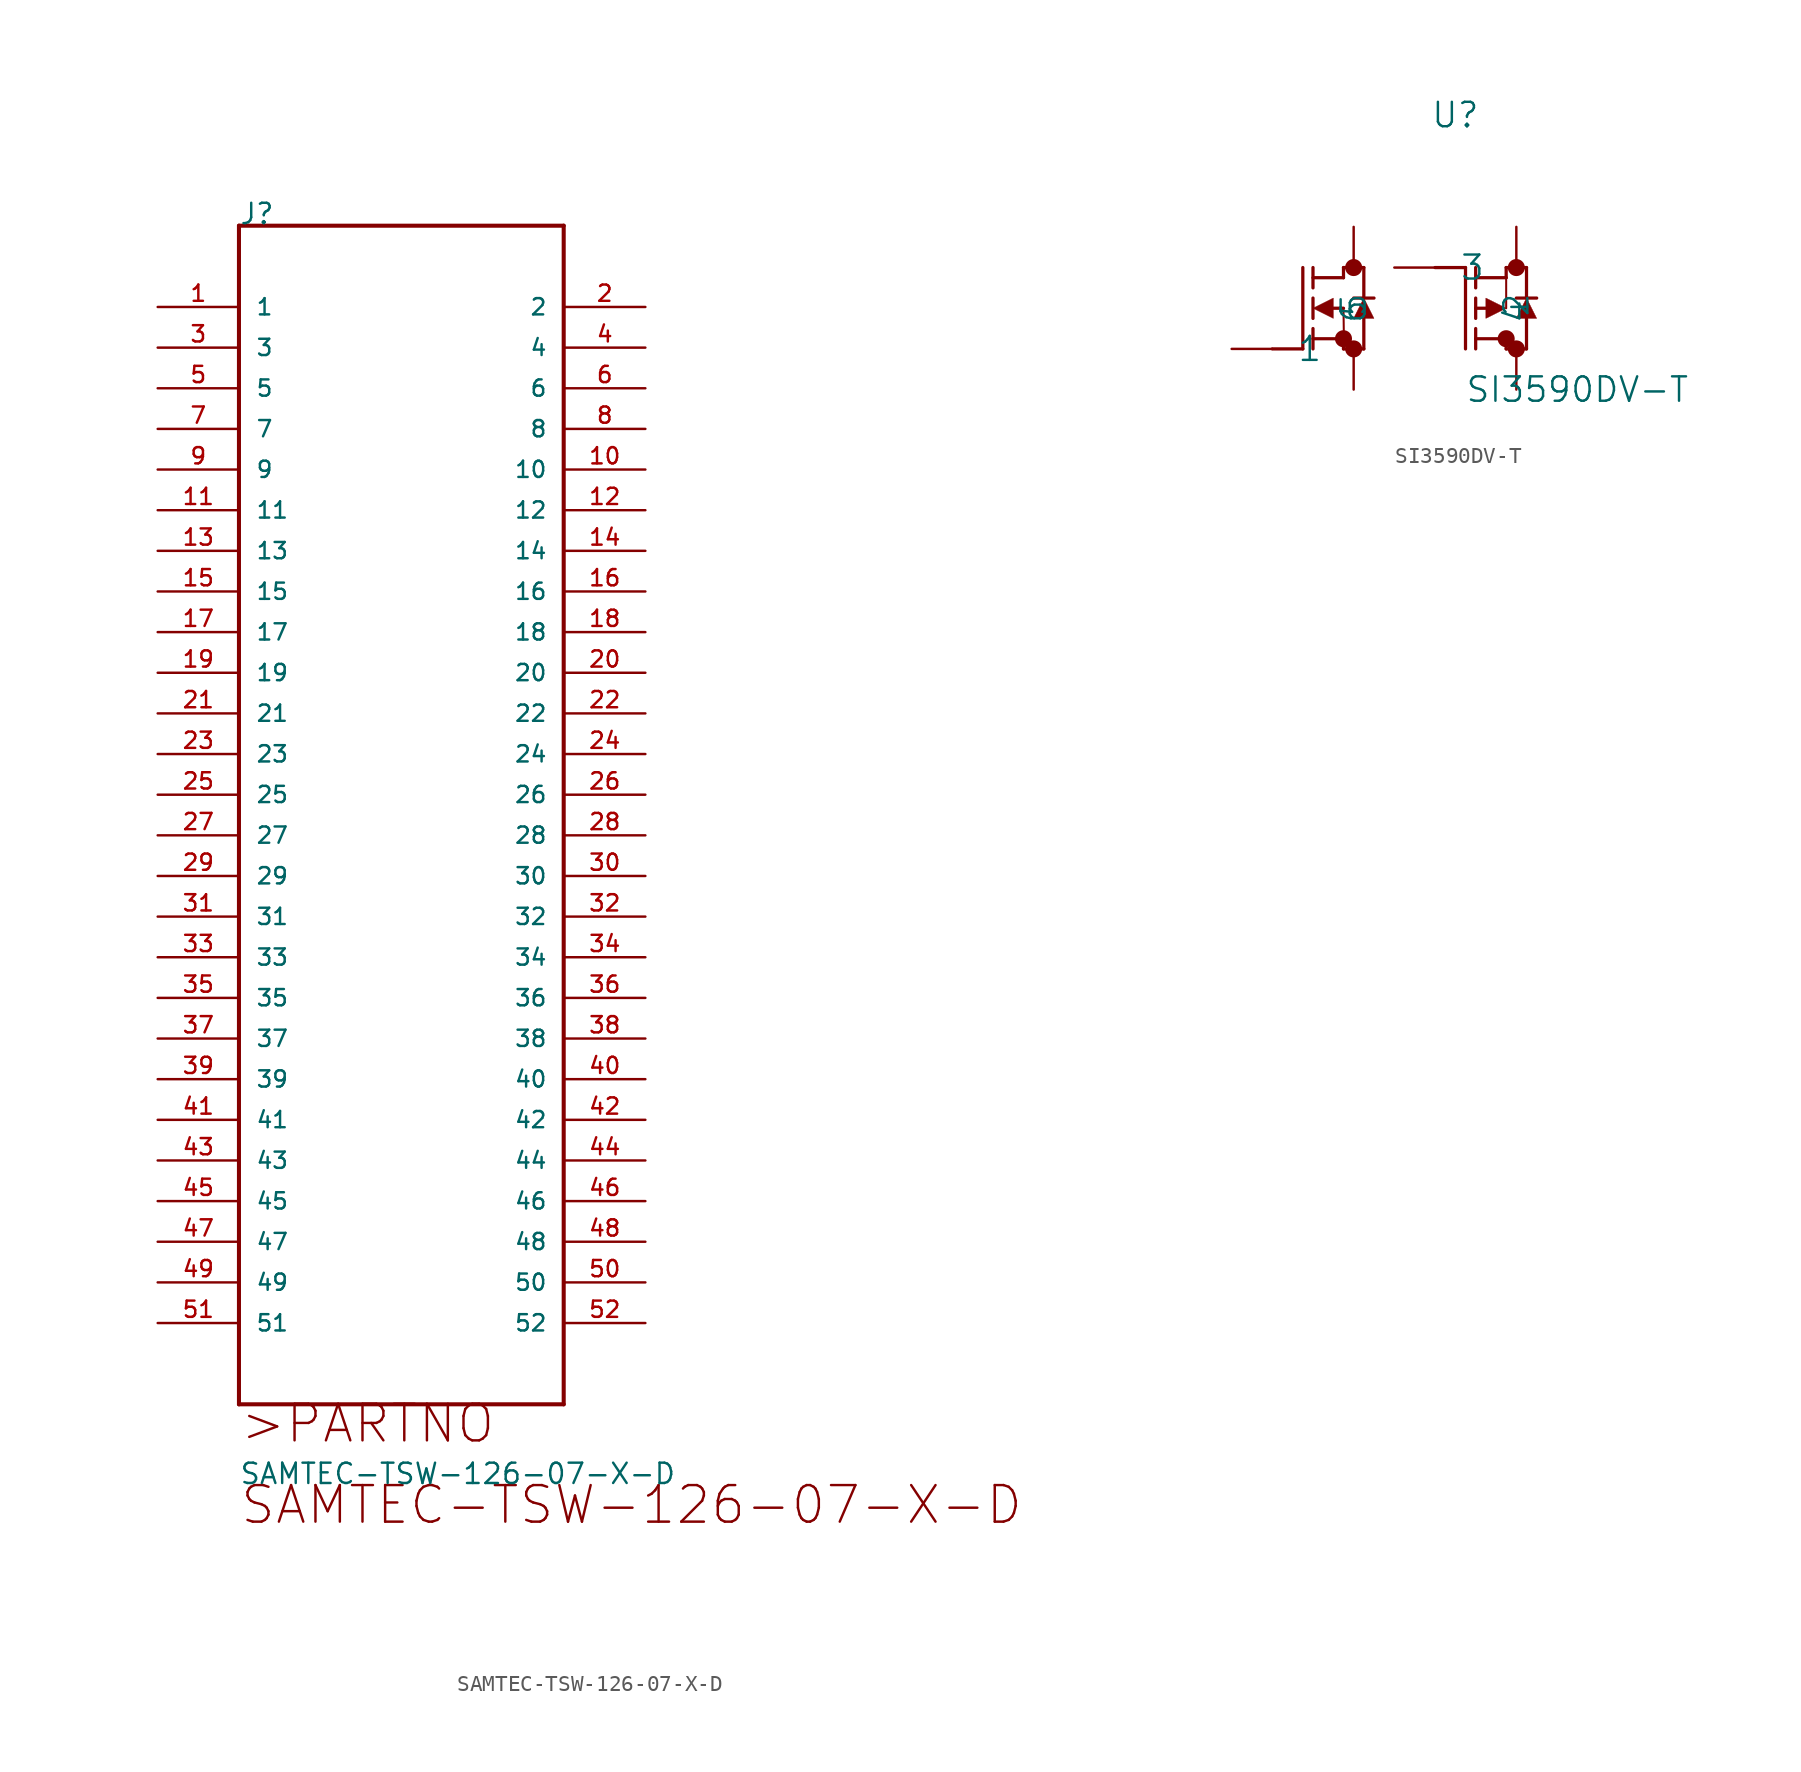
<source format=kicad_sym>
(kicad_symbol_lib
  (version 20220914)
  (generator kicad_symbol_editor)
  (symbol "SAMTEC-TSW-126-07-X-D"
    (pin_names
      (offset 1.016))
    (property "Reference" "J"
      (at 0 5.08 0)
      (effects (font (size 1.27 1.27)) (justify left bottom)))
    (property "Value" "SAMTEC-TSW-126-07-X-D"
      (at 0 -73.66 0)
      (effects (font (size 1.27 1.27)) (justify left bottom)))
    (property "ki_locked" ""
      (at 0 0 0)
      (effects (font (size 1.27 1.27))))
    (symbol "SAMTEC-TSW-126-07-X-D_0_0"
      (polyline (pts (xy 0 -68.58) (xy 0 5.08)) (stroke (width 0.254) (type solid)) (fill (type none)))
      (polyline (pts (xy 0 5.08) (xy 20.295 5.08)) (stroke (width 0.254) (type solid)) (fill (type none)))
      (polyline (pts (xy 20.295 -68.58) (xy 0 -68.58)) (stroke (width 0.254) (type solid)) (fill (type none)))
      (polyline (pts (xy 20.295 5.08) (xy 20.295 -68.58)) (stroke (width 0.254) (type solid)) (fill (type none)))
      (text ">PARTNO" (at 0 -71.12 0) (effects (font (size 2.286 2.286)) (justify left bottom)))
      (text "SAMTEC-TSW-126-07-X-D" (at 0 -76.2 0) (effects (font (size 2.286 2.286)) (justify left bottom)))
      (pin passive line (at -5.08 0 0) (length 5.08) (name "1" (effects (font (size 1.016 1.016)))) (number "1" (effects (font (size 1.016 1.016)))))
      (pin passive line (at 25.4 -10.16 180) (length 5.08) (name "10" (effects (font (size 1.016 1.016)))) (number "10" (effects (font (size 1.016 1.016)))))
      (pin passive line (at -5.08 -12.7 0) (length 5.08) (name "11" (effects (font (size 1.016 1.016)))) (number "11" (effects (font (size 1.016 1.016)))))
      (pin passive line (at 25.4 -12.7 180) (length 5.08) (name "12" (effects (font (size 1.016 1.016)))) (number "12" (effects (font (size 1.016 1.016)))))
      (pin passive line (at -5.08 -15.24 0) (length 5.08) (name "13" (effects (font (size 1.016 1.016)))) (number "13" (effects (font (size 1.016 1.016)))))
      (pin passive line (at 25.4 -15.24 180) (length 5.08) (name "14" (effects (font (size 1.016 1.016)))) (number "14" (effects (font (size 1.016 1.016)))))
      (pin passive line (at -5.08 -17.78 0) (length 5.08) (name "15" (effects (font (size 1.016 1.016)))) (number "15" (effects (font (size 1.016 1.016)))))
      (pin passive line (at 25.4 -17.78 180) (length 5.08) (name "16" (effects (font (size 1.016 1.016)))) (number "16" (effects (font (size 1.016 1.016)))))
      (pin passive line (at -5.08 -20.32 0) (length 5.08) (name "17" (effects (font (size 1.016 1.016)))) (number "17" (effects (font (size 1.016 1.016)))))
      (pin passive line (at 25.4 -20.32 180) (length 5.08) (name "18" (effects (font (size 1.016 1.016)))) (number "18" (effects (font (size 1.016 1.016)))))
      (pin passive line (at -5.08 -22.86 0) (length 5.08) (name "19" (effects (font (size 1.016 1.016)))) (number "19" (effects (font (size 1.016 1.016)))))
      (pin passive line (at 25.4 0 180) (length 5.08) (name "2" (effects (font (size 1.016 1.016)))) (number "2" (effects (font (size 1.016 1.016)))))
      (pin passive line (at 25.4 -22.86 180) (length 5.08) (name "20" (effects (font (size 1.016 1.016)))) (number "20" (effects (font (size 1.016 1.016)))))
      (pin passive line (at -5.08 -25.4 0) (length 5.08) (name "21" (effects (font (size 1.016 1.016)))) (number "21" (effects (font (size 1.016 1.016)))))
      (pin passive line (at 25.4 -25.4 180) (length 5.08) (name "22" (effects (font (size 1.016 1.016)))) (number "22" (effects (font (size 1.016 1.016)))))
      (pin passive line (at -5.08 -27.94 0) (length 5.08) (name "23" (effects (font (size 1.016 1.016)))) (number "23" (effects (font (size 1.016 1.016)))))
      (pin passive line (at 25.4 -27.94 180) (length 5.08) (name "24" (effects (font (size 1.016 1.016)))) (number "24" (effects (font (size 1.016 1.016)))))
      (pin passive line (at -5.08 -30.48 0) (length 5.08) (name "25" (effects (font (size 1.016 1.016)))) (number "25" (effects (font (size 1.016 1.016)))))
      (pin passive line (at 25.4 -30.48 180) (length 5.08) (name "26" (effects (font (size 1.016 1.016)))) (number "26" (effects (font (size 1.016 1.016)))))
      (pin passive line (at -5.08 -33.02 0) (length 5.08) (name "27" (effects (font (size 1.016 1.016)))) (number "27" (effects (font (size 1.016 1.016)))))
      (pin passive line (at 25.4 -33.02 180) (length 5.08) (name "28" (effects (font (size 1.016 1.016)))) (number "28" (effects (font (size 1.016 1.016)))))
      (pin passive line (at -5.08 -35.56 0) (length 5.08) (name "29" (effects (font (size 1.016 1.016)))) (number "29" (effects (font (size 1.016 1.016)))))
      (pin passive line (at -5.08 -2.54 0) (length 5.08) (name "3" (effects (font (size 1.016 1.016)))) (number "3" (effects (font (size 1.016 1.016)))))
      (pin passive line (at 25.4 -35.56 180) (length 5.08) (name "30" (effects (font (size 1.016 1.016)))) (number "30" (effects (font (size 1.016 1.016)))))
      (pin passive line (at -5.08 -38.1 0) (length 5.08) (name "31" (effects (font (size 1.016 1.016)))) (number "31" (effects (font (size 1.016 1.016)))))
      (pin passive line (at 25.4 -38.1 180) (length 5.08) (name "32" (effects (font (size 1.016 1.016)))) (number "32" (effects (font (size 1.016 1.016)))))
      (pin passive line (at -5.08 -40.64 0) (length 5.08) (name "33" (effects (font (size 1.016 1.016)))) (number "33" (effects (font (size 1.016 1.016)))))
      (pin passive line (at 25.4 -40.64 180) (length 5.08) (name "34" (effects (font (size 1.016 1.016)))) (number "34" (effects (font (size 1.016 1.016)))))
      (pin passive line (at -5.08 -43.18 0) (length 5.08) (name "35" (effects (font (size 1.016 1.016)))) (number "35" (effects (font (size 1.016 1.016)))))
      (pin passive line (at 25.4 -43.18 180) (length 5.08) (name "36" (effects (font (size 1.016 1.016)))) (number "36" (effects (font (size 1.016 1.016)))))
      (pin passive line (at -5.08 -45.72 0) (length 5.08) (name "37" (effects (font (size 1.016 1.016)))) (number "37" (effects (font (size 1.016 1.016)))))
      (pin passive line (at 25.4 -45.72 180) (length 5.08) (name "38" (effects (font (size 1.016 1.016)))) (number "38" (effects (font (size 1.016 1.016)))))
      (pin passive line (at -5.08 -48.26 0) (length 5.08) (name "39" (effects (font (size 1.016 1.016)))) (number "39" (effects (font (size 1.016 1.016)))))
      (pin passive line (at 25.4 -2.54 180) (length 5.08) (name "4" (effects (font (size 1.016 1.016)))) (number "4" (effects (font (size 1.016 1.016)))))
      (pin passive line (at 25.4 -48.26 180) (length 5.08) (name "40" (effects (font (size 1.016 1.016)))) (number "40" (effects (font (size 1.016 1.016)))))
      (pin passive line (at -5.08 -50.8 0) (length 5.08) (name "41" (effects (font (size 1.016 1.016)))) (number "41" (effects (font (size 1.016 1.016)))))
      (pin passive line (at 25.4 -50.8 180) (length 5.08) (name "42" (effects (font (size 1.016 1.016)))) (number "42" (effects (font (size 1.016 1.016)))))
      (pin passive line (at -5.08 -53.34 0) (length 5.08) (name "43" (effects (font (size 1.016 1.016)))) (number "43" (effects (font (size 1.016 1.016)))))
      (pin passive line (at 25.4 -53.34 180) (length 5.08) (name "44" (effects (font (size 1.016 1.016)))) (number "44" (effects (font (size 1.016 1.016)))))
      (pin passive line (at -5.08 -55.88 0) (length 5.08) (name "45" (effects (font (size 1.016 1.016)))) (number "45" (effects (font (size 1.016 1.016)))))
      (pin passive line (at 25.4 -55.88 180) (length 5.08) (name "46" (effects (font (size 1.016 1.016)))) (number "46" (effects (font (size 1.016 1.016)))))
      (pin passive line (at -5.08 -58.42 0) (length 5.08) (name "47" (effects (font (size 1.016 1.016)))) (number "47" (effects (font (size 1.016 1.016)))))
      (pin passive line (at 25.4 -58.42 180) (length 5.08) (name "48" (effects (font (size 1.016 1.016)))) (number "48" (effects (font (size 1.016 1.016)))))
      (pin passive line (at -5.08 -60.96 0) (length 5.08) (name "49" (effects (font (size 1.016 1.016)))) (number "49" (effects (font (size 1.016 1.016)))))
      (pin passive line (at -5.08 -5.08 0) (length 5.08) (name "5" (effects (font (size 1.016 1.016)))) (number "5" (effects (font (size 1.016 1.016)))))
      (pin passive line (at 25.4 -60.96 180) (length 5.08) (name "50" (effects (font (size 1.016 1.016)))) (number "50" (effects (font (size 1.016 1.016)))))
      (pin passive line (at -5.08 -63.5 0) (length 5.08) (name "51" (effects (font (size 1.016 1.016)))) (number "51" (effects (font (size 1.016 1.016)))))
      (pin passive line (at 25.4 -63.5 180) (length 5.08) (name "52" (effects (font (size 1.016 1.016)))) (number "52" (effects (font (size 1.016 1.016)))))
      (pin passive line (at 25.4 -5.08 180) (length 5.08) (name "6" (effects (font (size 1.016 1.016)))) (number "6" (effects (font (size 1.016 1.016)))))
      (pin passive line (at -5.08 -7.62 0) (length 5.08) (name "7" (effects (font (size 1.016 1.016)))) (number "7" (effects (font (size 1.016 1.016)))))
      (pin passive line (at 25.4 -7.62 180) (length 5.08) (name "8" (effects (font (size 1.016 1.016)))) (number "8" (effects (font (size 1.016 1.016)))))
      (pin passive line (at -5.08 -10.16 0) (length 5.08) (name "9" (effects (font (size 1.016 1.016)))) (number "9" (effects (font (size 1.016 1.016)))))))
  (symbol "SI3590DV-T"
    (pin_numbers hide)
    (pin_names
      (offset 1.524))
    (property "Reference" "U"
      (at 13.97 14.605 0)
      (effects (font (size 1.524 1.524))))
    (property "Value" "SI3590DV-T"
      (at 21.59 -2.54 0)
      (effects (font (size 1.524 1.524))))
    (property "Datasheet" ""
      (at 0 0 0)
      (effects (font (size 1.524 1.524))))
    (property "ki_locked" ""
      (at 0 0 0)
      (effects (font (size 1.27 1.27))))
    (symbol "SI3590DV-T_1_1"
      (polyline (pts (xy 2.54 0) (xy 4.445 0)) (stroke (width 0.203) (type solid)) (fill (type none)))
      (polyline (pts (xy 4.445 0) (xy 4.445 5.08)) (stroke (width 0.203) (type solid)) (fill (type none)))
      (polyline (pts (xy 5.08 0) (xy 5.08 1.27)) (stroke (width 0.203) (type solid)) (fill (type none)))
      (polyline (pts (xy 5.08 0.635) (xy 6.985 0.635)) (stroke (width 0.203) (type solid)) (fill (type none)))
      (polyline (pts (xy 5.08 1.905) (xy 5.08 3.175)) (stroke (width 0.203) (type solid)) (fill (type none)))
      (polyline (pts (xy 5.08 3.81) (xy 5.08 5.08)) (stroke (width 0.203) (type solid)) (fill (type none)))
      (polyline (pts (xy 5.08 4.445) (xy 6.985 4.445)) (stroke (width 0.203) (type solid)) (fill (type none)))
      (polyline (pts (xy 6.35 2.54) (xy 6.985 2.54)) (stroke (width 0.203) (type solid)) (fill (type none)))
      (polyline (pts (xy 6.985 0) (xy 6.985 0.635)) (stroke (width 0.203) (type solid)) (fill (type none)))
      (polyline (pts (xy 6.985 0) (xy 8.255 0)) (stroke (width 0.203) (type solid)) (fill (type none)))
      (polyline (pts (xy 6.985 2.54) (xy 7.01 0.635)) (stroke (width 0.127) (type solid)) (fill (type none)))
      (polyline (pts (xy 6.985 4.445) (xy 6.985 5.08)) (stroke (width 0.203) (type solid)) (fill (type none)))
      (polyline (pts (xy 6.985 5.08) (xy 8.255 5.08)) (stroke (width 0.203) (type solid)) (fill (type none)))
      (polyline (pts (xy 8.255 0) (xy 8.255 1.905)) (stroke (width 0.203) (type solid)) (fill (type none)))
      (polyline (pts (xy 8.255 3.175) (xy 8.255 5.08)) (stroke (width 0.203) (type solid)) (fill (type none)))
      (polyline (pts (xy 8.89 3.175) (xy 7.62 3.175)) (stroke (width 0.203) (type solid)) (fill (type none)))
      (polyline (pts (xy 12.7 5.08) (xy 14.605 5.08)) (stroke (width 0.203) (type solid)) (fill (type none)))
      (polyline (pts (xy 14.605 0) (xy 14.605 5.08)) (stroke (width 0.203) (type solid)) (fill (type none)))
      (polyline (pts (xy 15.24 0) (xy 15.24 1.27)) (stroke (width 0.203) (type solid)) (fill (type none)))
      (polyline (pts (xy 15.24 0.635) (xy 17.145 0.635)) (stroke (width 0.203) (type solid)) (fill (type none)))
      (polyline (pts (xy 15.24 1.905) (xy 15.24 3.175)) (stroke (width 0.203) (type solid)) (fill (type none)))
      (polyline (pts (xy 15.24 3.81) (xy 15.24 5.08)) (stroke (width 0.203) (type solid)) (fill (type none)))
      (polyline (pts (xy 15.24 4.445) (xy 17.145 4.445)) (stroke (width 0.203) (type solid)) (fill (type none)))
      (polyline (pts (xy 15.875 2.54) (xy 15.24 2.54)) (stroke (width 0.203) (type solid)) (fill (type none)))
      (polyline (pts (xy 17.145 0) (xy 17.145 0.635)) (stroke (width 0.203) (type solid)) (fill (type none)))
      (polyline (pts (xy 17.145 0) (xy 18.415 0)) (stroke (width 0.203) (type solid)) (fill (type none)))
      (polyline (pts (xy 17.145 2.54) (xy 17.145 4.445)) (stroke (width 0.127) (type solid)) (fill (type none)))
      (polyline (pts (xy 17.145 4.445) (xy 17.145 5.08)) (stroke (width 0.203) (type solid)) (fill (type none)))
      (polyline (pts (xy 17.145 5.08) (xy 18.415 5.08)) (stroke (width 0.203) (type solid)) (fill (type none)))
      (polyline (pts (xy 18.415 0) (xy 18.415 1.905)) (stroke (width 0.203) (type solid)) (fill (type none)))
      (polyline (pts (xy 18.415 3.175) (xy 18.415 5.08)) (stroke (width 0.203) (type solid)) (fill (type none)))
      (polyline (pts (xy 19.05 3.175) (xy 17.78 3.175)) (stroke (width 0.203) (type solid)) (fill (type none)))
      (polyline (pts (xy 6.35 3.175) (xy 5.08 2.54) (xy 6.35 1.905) (xy 6.35 3.175)) (stroke (width 0.025) (type solid)) (fill (type outline)))
      (polyline (pts (xy 8.89 1.905) (xy 7.62 1.905) (xy 8.255 3.175) (xy 8.89 1.905)) (stroke (width 0.025) (type solid)) (fill (type outline)))
      (polyline (pts (xy 15.875 1.905) (xy 17.145 2.54) (xy 15.875 3.175) (xy 15.875 1.905)) (stroke (width 0.025) (type solid)) (fill (type outline)))
      (polyline (pts (xy 19.05 1.905) (xy 17.78 1.905) (xy 18.415 3.175) (xy 19.05 1.905)) (stroke (width 0.025) (type solid)) (fill (type outline)))
      (circle (center 6.985 0.635) (radius 0.025) (stroke (width 0.508) (type solid)) (fill (type none)))
      (circle (center 7.62 0) (radius 0.025) (stroke (width 0.508) (type solid)) (fill (type none)))
      (circle (center 7.62 5.08) (radius 0.025) (stroke (width 0.508) (type solid)) (fill (type none)))
      (circle (center 17.145 0.635) (radius 0.025) (stroke (width 0.508) (type solid)) (fill (type none)))
      (circle (center 17.78 0) (radius 0.025) (stroke (width 0.508) (type solid)) (fill (type none)))
      (circle (center 17.78 5.08) (radius 0.025) (stroke (width 0.508) (type solid)) (fill (type none)))
      (pin unspecified line (at 0 0 0) (length 2.54) (name "1" (effects (font (size 1.499 1.499)))) (number "1" (effects (font (size 1.499 1.499)))))
      (pin unspecified line (at 17.78 7.62 270) (length 2.54) (name "2" (effects (font (size 1.499 1.499)))) (number "2" (effects (font (size 1.499 1.499)))))
      (pin unspecified line (at 10.16 5.08 0) (length 2.54) (name "3" (effects (font (size 1.499 1.499)))) (number "3" (effects (font (size 1.499 1.499)))))
      (pin unspecified line (at 17.78 -2.54 90) (length 2.54) (name "4" (effects (font (size 1.499 1.499)))) (number "4" (effects (font (size 1.499 1.499)))))
      (pin unspecified line (at 7.62 7.62 270) (length 2.54) (name "5" (effects (font (size 1.499 1.499)))) (number "5" (effects (font (size 1.499 1.499)))))
      (pin unspecified line (at 7.62 -2.54 90) (length 2.54) (name "6" (effects (font (size 1.499 1.499)))) (number "6" (effects (font (size 1.499 1.499))))))))
</source>
